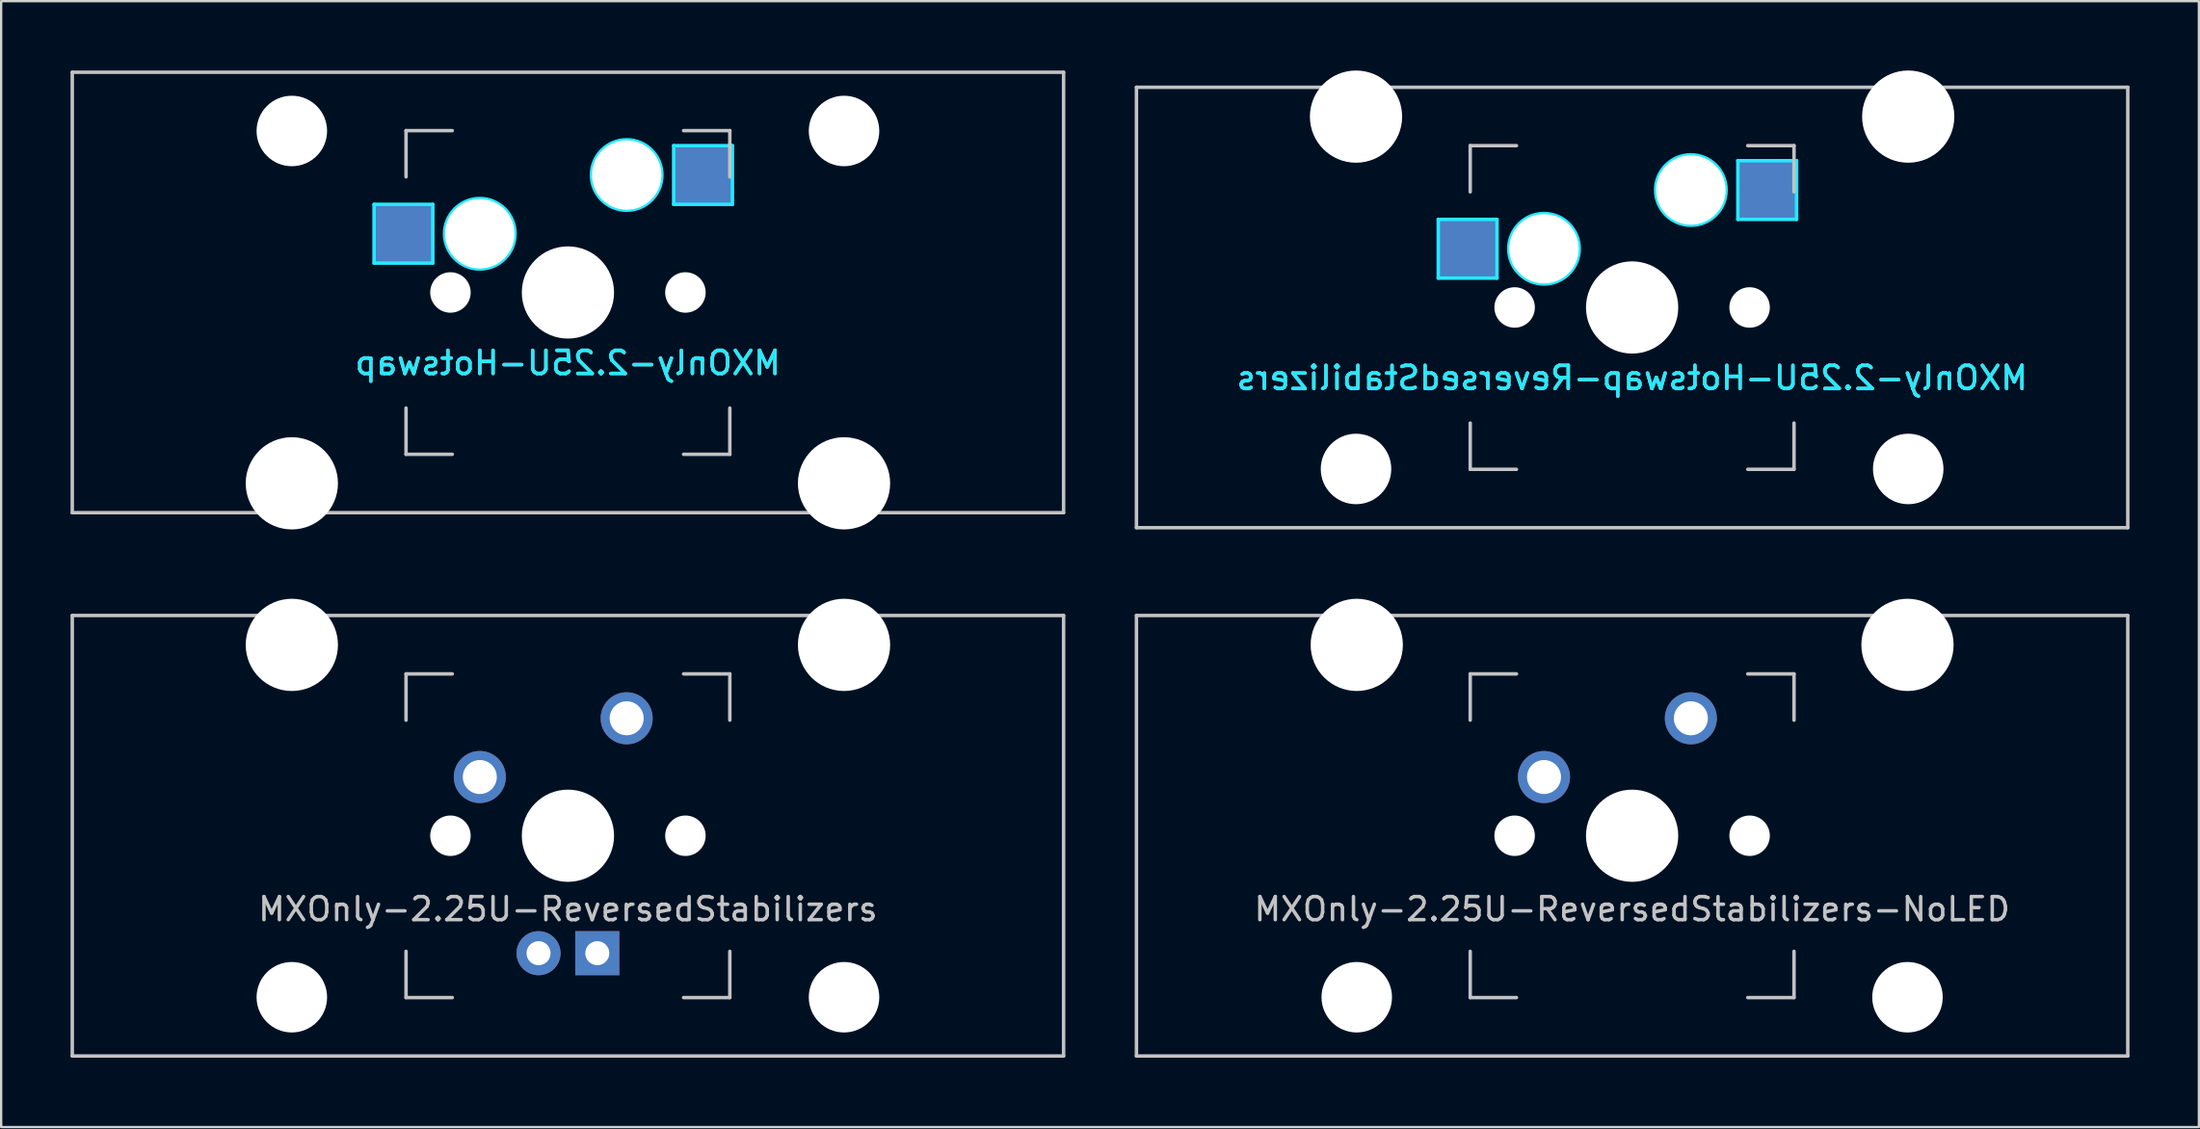
<source format=kicad_pcb>
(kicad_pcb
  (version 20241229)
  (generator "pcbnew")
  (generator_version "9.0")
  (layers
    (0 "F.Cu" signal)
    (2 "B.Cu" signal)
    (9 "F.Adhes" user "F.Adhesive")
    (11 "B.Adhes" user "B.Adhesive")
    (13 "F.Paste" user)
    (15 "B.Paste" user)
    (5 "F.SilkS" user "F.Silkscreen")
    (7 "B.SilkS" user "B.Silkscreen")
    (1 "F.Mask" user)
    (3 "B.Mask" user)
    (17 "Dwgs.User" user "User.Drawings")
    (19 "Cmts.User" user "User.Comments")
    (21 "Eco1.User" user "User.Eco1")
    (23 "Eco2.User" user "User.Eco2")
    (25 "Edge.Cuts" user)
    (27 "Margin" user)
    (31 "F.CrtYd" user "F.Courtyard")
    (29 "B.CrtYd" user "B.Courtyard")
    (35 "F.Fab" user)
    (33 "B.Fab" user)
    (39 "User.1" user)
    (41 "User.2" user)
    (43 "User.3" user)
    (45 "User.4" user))
  (footprint "MXOnly-2.25U-Hotswap-ReversedStabilizers"
    (layer "F.Cu")
    (at 67.519 10.249)
    (property "Reference" "MXOnly-2.25U-Hotswap-ReversedStabilizers" (at 0 3.048 0) (layer "B.CrtYd") (effects (font (size 1 1) (thickness 0.15)) (justify mirror)))
    (attr smd)
    (fp_line (start -21.431 -9.525) (end 21.431 -9.525) (stroke (width 0.15) (type solid)) (layer "Dwgs.User"))
    (fp_line (start -21.431 9.525) (end -21.431 -9.525) (stroke (width 0.15) (type solid)) (layer "Dwgs.User"))
    (fp_line (start -7 -7) (end -7 -5) (stroke (width 0.15) (type solid)) (layer "Dwgs.User"))
    (fp_line (start -7 5) (end -7 7) (stroke (width 0.15) (type solid)) (layer "Dwgs.User"))
    (fp_line (start -7 7) (end -5 7) (stroke (width 0.15) (type solid)) (layer "Dwgs.User"))
    (fp_line (start -5 -7) (end -7 -7) (stroke (width 0.15) (type solid)) (layer "Dwgs.User"))
    (fp_line (start 5 -7) (end 7 -7) (stroke (width 0.15) (type solid)) (layer "Dwgs.User"))
    (fp_line (start 5 7) (end 7 7) (stroke (width 0.15) (type solid)) (layer "Dwgs.User"))
    (fp_line (start 7 -7) (end 7 -5) (stroke (width 0.15) (type solid)) (layer "Dwgs.User"))
    (fp_line (start 7 7) (end 7 5) (stroke (width 0.15) (type solid)) (layer "Dwgs.User"))
    (fp_line (start 21.431 -9.525) (end 21.431 9.525) (stroke (width 0.15) (type solid)) (layer "Dwgs.User"))
    (fp_line (start 21.431 9.525) (end -21.431 9.525) (stroke (width 0.15) (type solid)) (layer "Dwgs.User"))
    (fp_line (start -8.382 -3.81) (end -5.842 -3.81) (stroke (width 0.15) (type solid)) (layer "B.CrtYd"))
    (fp_line (start -8.382 -1.27) (end -8.382 -3.81) (stroke (width 0.15) (type solid)) (layer "B.CrtYd"))
    (fp_line (start -5.842 -3.81) (end -5.842 -1.27) (stroke (width 0.15) (type solid)) (layer "B.CrtYd"))
    (fp_line (start -5.842 -1.27) (end -8.382 -1.27) (stroke (width 0.15) (type solid)) (layer "B.CrtYd"))
    (fp_line (start 4.572 -6.35) (end 7.112 -6.35) (stroke (width 0.15) (type solid)) (layer "B.CrtYd"))
    (fp_line (start 4.572 -3.81) (end 4.572 -6.35) (stroke (width 0.15) (type solid)) (layer "B.CrtYd"))
    (fp_line (start 7.112 -6.35) (end 7.112 -3.81) (stroke (width 0.15) (type solid)) (layer "B.CrtYd"))
    (fp_line (start 7.112 -3.81) (end 4.572 -3.81) (stroke (width 0.15) (type solid)) (layer "B.CrtYd"))
    (fp_circle (center -3.81 -2.54) (end -3.81 -4.064) (stroke (width 0.15) (type solid)) (fill no) (layer "B.CrtYd"))
    (fp_circle (center 2.54 -5.08) (end 2.54 -6.604) (stroke (width 0.15) (type solid)) (fill no) (layer "B.CrtYd"))
    (fp_text user "${REFERENCE}" (at 0 3.048 0) (layer "B.SilkS") (effects (font (size 1 1) (thickness 0.15)) (justify mirror)))
    (pad "" np_thru_hole circle (at -11.938 -8.255) (size 3.988 3.988) (drill 3.988) (layers "*.Cu" "*.Mask"))
    (pad "" np_thru_hole circle (at -11.938 6.985) (size 3.048 3.048) (drill 3.048) (layers "*.Cu" "*.Mask"))
    (pad "" np_thru_hole circle (at -5.08 0 48.1) (size 1.75 1.75) (drill 1.75) (layers "*.Cu" "*.Mask"))
    (pad "" np_thru_hole circle (at -3.81 -2.54) (size 3 3) (drill 3) (layers "*.Cu" "*.Mask"))
    (pad "" np_thru_hole circle (at 0 0) (size 3.988 3.988) (drill 3.988) (layers "*.Cu" "*.Mask"))
    (pad "" np_thru_hole circle (at 2.54 -5.08) (size 3 3) (drill 3) (layers "*.Cu" "*.Mask"))
    (pad "" np_thru_hole circle (at 5.08 0 48.1) (size 1.75 1.75) (drill 1.75) (layers "*.Cu" "*.Mask"))
    (pad "" np_thru_hole circle (at 11.938 -8.255) (size 3.988 3.988) (drill 3.988) (layers "*.Cu" "*.Mask"))
    (pad "" np_thru_hole circle (at 11.938 6.985) (size 3.048 3.048) (drill 3.048) (layers "*.Cu" "*.Mask"))
    (pad "1" smd rect (at -7.085 -2.54) (size 2.55 2.5) (layers "B.Cu" "B.Mask" "B.Paste"))
    (pad "2" smd rect (at 5.842 -5.08) (size 2.55 2.5) (layers "B.Cu" "B.Mask" "B.Paste")))
  (footprint "MXOnly-2.25U-ReversedStabilizers-NoLED"
    (layer "F.Cu")
    (at 67.519 33.098)
    (property "Reference" "MXOnly-2.25U-ReversedStabilizers-NoLED" (at 0 3.175 0) (layer "Dwgs.User") (effects (font (size 1 1) (thickness 0.15))))
    (attr through_hole)
    (fp_line (start -21.431 -9.525) (end 21.431 -9.525) (stroke (width 0.15) (type solid)) (layer "Dwgs.User"))
    (fp_line (start -21.431 9.525) (end -21.431 -9.525) (stroke (width 0.15) (type solid)) (layer "Dwgs.User"))
    (fp_line (start -21.431 9.525) (end 21.431 9.525) (stroke (width 0.15) (type solid)) (layer "Dwgs.User"))
    (fp_line (start -7 -7) (end -7 -5) (stroke (width 0.15) (type solid)) (layer "Dwgs.User"))
    (fp_line (start -7 5) (end -7 7) (stroke (width 0.15) (type solid)) (layer "Dwgs.User"))
    (fp_line (start -7 7) (end -5 7) (stroke (width 0.15) (type solid)) (layer "Dwgs.User"))
    (fp_line (start -5 -7) (end -7 -7) (stroke (width 0.15) (type solid)) (layer "Dwgs.User"))
    (fp_line (start 5 -7) (end 7 -7) (stroke (width 0.15) (type solid)) (layer "Dwgs.User"))
    (fp_line (start 5 7) (end 7 7) (stroke (width 0.15) (type solid)) (layer "Dwgs.User"))
    (fp_line (start 7 -7) (end 7 -5) (stroke (width 0.15) (type solid)) (layer "Dwgs.User"))
    (fp_line (start 7 7) (end 7 5) (stroke (width 0.15) (type solid)) (layer "Dwgs.User"))
    (fp_line (start 21.431 -9.525) (end 21.431 9.525) (stroke (width 0.15) (type solid)) (layer "Dwgs.User"))
    (pad "" np_thru_hole circle (at -11.906 -8.255) (size 3.988 3.988) (drill 3.988) (layers "*.Cu" "*.Mask"))
    (pad "" np_thru_hole circle (at -11.906 6.985) (size 3.048 3.048) (drill 3.048) (layers "*.Cu" "*.Mask"))
    (pad "" np_thru_hole circle (at -5.08 0 48.1) (size 1.75 1.75) (drill 1.75) (layers "*.Cu" "*.Mask"))
    (pad "" np_thru_hole circle (at 0 0) (size 3.988 3.988) (drill 3.988) (layers "*.Cu" "*.Mask"))
    (pad "" np_thru_hole circle (at 5.08 0 48.1) (size 1.75 1.75) (drill 1.75) (layers "*.Cu" "*.Mask"))
    (pad "" np_thru_hole circle (at 11.906 -8.255) (size 3.988 3.988) (drill 3.988) (layers "*.Cu" "*.Mask"))
    (pad "" np_thru_hole circle (at 11.906 6.985) (size 3.048 3.048) (drill 3.048) (layers "*.Cu" "*.Mask"))
    (pad "1" thru_hole circle (at -3.81 -2.54) (size 2.25 2.25) (drill 1.47) (layers "*.Cu" "B.Mask"))
    (pad "2" thru_hole circle (at 2.54 -5.08) (size 2.25 2.25) (drill 1.47) (layers "*.Cu" "B.Mask")))
  (footprint "MXOnly-2.25U-ReversedStabilizers"
    (layer "F.Cu")
    (at 21.506 33.098)
    (property "Reference" "MXOnly-2.25U-ReversedStabilizers" (at 0 3.175 0) (layer "Dwgs.User") (effects (font (size 1 1) (thickness 0.15))))
    (attr through_hole)
    (fp_line (start -21.431 -9.525) (end 21.431 -9.525) (stroke (width 0.15) (type solid)) (layer "Dwgs.User"))
    (fp_line (start -21.431 9.525) (end -21.431 -9.525) (stroke (width 0.15) (type solid)) (layer "Dwgs.User"))
    (fp_line (start -21.431 9.525) (end 21.431 9.525) (stroke (width 0.15) (type solid)) (layer "Dwgs.User"))
    (fp_line (start -7 -7) (end -7 -5) (stroke (width 0.15) (type solid)) (layer "Dwgs.User"))
    (fp_line (start -7 5) (end -7 7) (stroke (width 0.15) (type solid)) (layer "Dwgs.User"))
    (fp_line (start -7 7) (end -5 7) (stroke (width 0.15) (type solid)) (layer "Dwgs.User"))
    (fp_line (start -5 -7) (end -7 -7) (stroke (width 0.15) (type solid)) (layer "Dwgs.User"))
    (fp_line (start 5 -7) (end 7 -7) (stroke (width 0.15) (type solid)) (layer "Dwgs.User"))
    (fp_line (start 5 7) (end 7 7) (stroke (width 0.15) (type solid)) (layer "Dwgs.User"))
    (fp_line (start 7 -7) (end 7 -5) (stroke (width 0.15) (type solid)) (layer "Dwgs.User"))
    (fp_line (start 7 7) (end 7 5) (stroke (width 0.15) (type solid)) (layer "Dwgs.User"))
    (fp_line (start 21.431 -9.525) (end 21.431 9.525) (stroke (width 0.15) (type solid)) (layer "Dwgs.User"))
    (pad "" np_thru_hole circle (at -11.938 -8.255) (size 3.988 3.988) (drill 3.988) (layers "*.Cu" "*.Mask"))
    (pad "" np_thru_hole circle (at -11.938 6.985) (size 3.048 3.048) (drill 3.048) (layers "*.Cu" "*.Mask"))
    (pad "" np_thru_hole circle (at -5.08 0 48.1) (size 1.75 1.75) (drill 1.75) (layers "*.Cu" "*.Mask"))
    (pad "" np_thru_hole circle (at 0 0) (size 3.988 3.988) (drill 3.988) (layers "*.Cu" "*.Mask"))
    (pad "" np_thru_hole circle (at 5.08 0 48.1) (size 1.75 1.75) (drill 1.75) (layers "*.Cu" "*.Mask"))
    (pad "" np_thru_hole circle (at 11.938 -8.255) (size 3.988 3.988) (drill 3.988) (layers "*.Cu" "*.Mask"))
    (pad "" np_thru_hole circle (at 11.938 6.985) (size 3.048 3.048) (drill 3.048) (layers "*.Cu" "*.Mask"))
    (pad "1" thru_hole circle (at -3.81 -2.54) (size 2.25 2.25) (drill 1.47) (layers "*.Cu" "B.Mask"))
    (pad "2" thru_hole circle (at 2.54 -5.08) (size 2.25 2.25) (drill 1.47) (layers "*.Cu" "B.Mask"))
    (pad "3" thru_hole circle (at -1.27 5.08) (size 1.905 1.905) (drill 1.04) (layers "*.Cu" "B.Mask"))
    (pad "4" thru_hole rect (at 1.27 5.08) (size 1.905 1.905) (drill 1.04) (layers "*.Cu" "B.Mask")))
  (footprint "MXOnly-2.25U-Hotswap"
    (layer "F.Cu")
    (at 21.506 9.6)
    (property "Reference" "MXOnly-2.25U-Hotswap" (at 0 3.048 0) (layer "B.CrtYd") (effects (font (size 1 1) (thickness 0.15)) (justify mirror)))
    (attr smd)
    (fp_line (start -21.431 -9.525) (end 21.431 -9.525) (stroke (width 0.15) (type solid)) (layer "Dwgs.User"))
    (fp_line (start -21.431 9.525) (end -21.431 -9.525) (stroke (width 0.15) (type solid)) (layer "Dwgs.User"))
    (fp_line (start -7 -7) (end -7 -5) (stroke (width 0.15) (type solid)) (layer "Dwgs.User"))
    (fp_line (start -7 5) (end -7 7) (stroke (width 0.15) (type solid)) (layer "Dwgs.User"))
    (fp_line (start -7 7) (end -5 7) (stroke (width 0.15) (type solid)) (layer "Dwgs.User"))
    (fp_line (start -5 -7) (end -7 -7) (stroke (width 0.15) (type solid)) (layer "Dwgs.User"))
    (fp_line (start 5 -7) (end 7 -7) (stroke (width 0.15) (type solid)) (layer "Dwgs.User"))
    (fp_line (start 5 7) (end 7 7) (stroke (width 0.15) (type solid)) (layer "Dwgs.User"))
    (fp_line (start 7 -7) (end 7 -5) (stroke (width 0.15) (type solid)) (layer "Dwgs.User"))
    (fp_line (start 7 7) (end 7 5) (stroke (width 0.15) (type solid)) (layer "Dwgs.User"))
    (fp_line (start 21.431 -9.525) (end 21.431 9.525) (stroke (width 0.15) (type solid)) (layer "Dwgs.User"))
    (fp_line (start 21.431 9.525) (end -21.431 9.525) (stroke (width 0.15) (type solid)) (layer "Dwgs.User"))
    (fp_line (start -8.382 -3.81) (end -5.842 -3.81) (stroke (width 0.15) (type solid)) (layer "B.CrtYd"))
    (fp_line (start -8.382 -1.27) (end -8.382 -3.81) (stroke (width 0.15) (type solid)) (layer "B.CrtYd"))
    (fp_line (start -5.842 -3.81) (end -5.842 -1.27) (stroke (width 0.15) (type solid)) (layer "B.CrtYd"))
    (fp_line (start -5.842 -1.27) (end -8.382 -1.27) (stroke (width 0.15) (type solid)) (layer "B.CrtYd"))
    (fp_line (start 4.572 -6.35) (end 7.112 -6.35) (stroke (width 0.15) (type solid)) (layer "B.CrtYd"))
    (fp_line (start 4.572 -3.81) (end 4.572 -6.35) (stroke (width 0.15) (type solid)) (layer "B.CrtYd"))
    (fp_line (start 7.112 -6.35) (end 7.112 -3.81) (stroke (width 0.15) (type solid)) (layer "B.CrtYd"))
    (fp_line (start 7.112 -3.81) (end 4.572 -3.81) (stroke (width 0.15) (type solid)) (layer "B.CrtYd"))
    (fp_circle (center -3.81 -2.54) (end -3.81 -4.064) (stroke (width 0.15) (type solid)) (fill no) (layer "B.CrtYd"))
    (fp_circle (center 2.54 -5.08) (end 2.54 -6.604) (stroke (width 0.15) (type solid)) (fill no) (layer "B.CrtYd"))
    (fp_text user "${REFERENCE}" (at 0 3.048 0) (layer "B.SilkS") (effects (font (size 1 1) (thickness 0.15)) (justify mirror)))
    (pad "" np_thru_hole circle (at -11.938 -6.985) (size 3.048 3.048) (drill 3.048) (layers "*.Cu" "*.Mask"))
    (pad "" np_thru_hole circle (at -11.938 8.255) (size 3.988 3.988) (drill 3.988) (layers "*.Cu" "*.Mask"))
    (pad "" np_thru_hole circle (at -5.08 0 48.1) (size 1.75 1.75) (drill 1.75) (layers "*.Cu" "*.Mask"))
    (pad "" np_thru_hole circle (at -3.81 -2.54) (size 3 3) (drill 3) (layers "*.Cu" "*.Mask"))
    (pad "" np_thru_hole circle (at 0 0) (size 3.988 3.988) (drill 3.988) (layers "*.Cu" "*.Mask"))
    (pad "" np_thru_hole circle (at 2.54 -5.08) (size 3 3) (drill 3) (layers "*.Cu" "*.Mask"))
    (pad "" np_thru_hole circle (at 5.08 0 48.1) (size 1.75 1.75) (drill 1.75) (layers "*.Cu" "*.Mask"))
    (pad "" np_thru_hole circle (at 11.938 -6.985) (size 3.048 3.048) (drill 3.048) (layers "*.Cu" "*.Mask"))
    (pad "" np_thru_hole circle (at 11.938 8.255) (size 3.988 3.988) (drill 3.988) (layers "*.Cu" "*.Mask"))
    (pad "1" smd rect (at -7.085 -2.54) (size 2.55 2.5) (layers "B.Cu" "B.Mask" "B.Paste"))
    (pad "2" smd rect (at 5.842 -5.08) (size 2.55 2.5) (layers "B.Cu" "B.Mask" "B.Paste")))
  (gr_rect
    (start -3 -3)
    (end 92.025 45.698)
    (stroke (width 0.1) (type default))
    (fill no)
    (layer "Edge.Cuts")))
</source>
